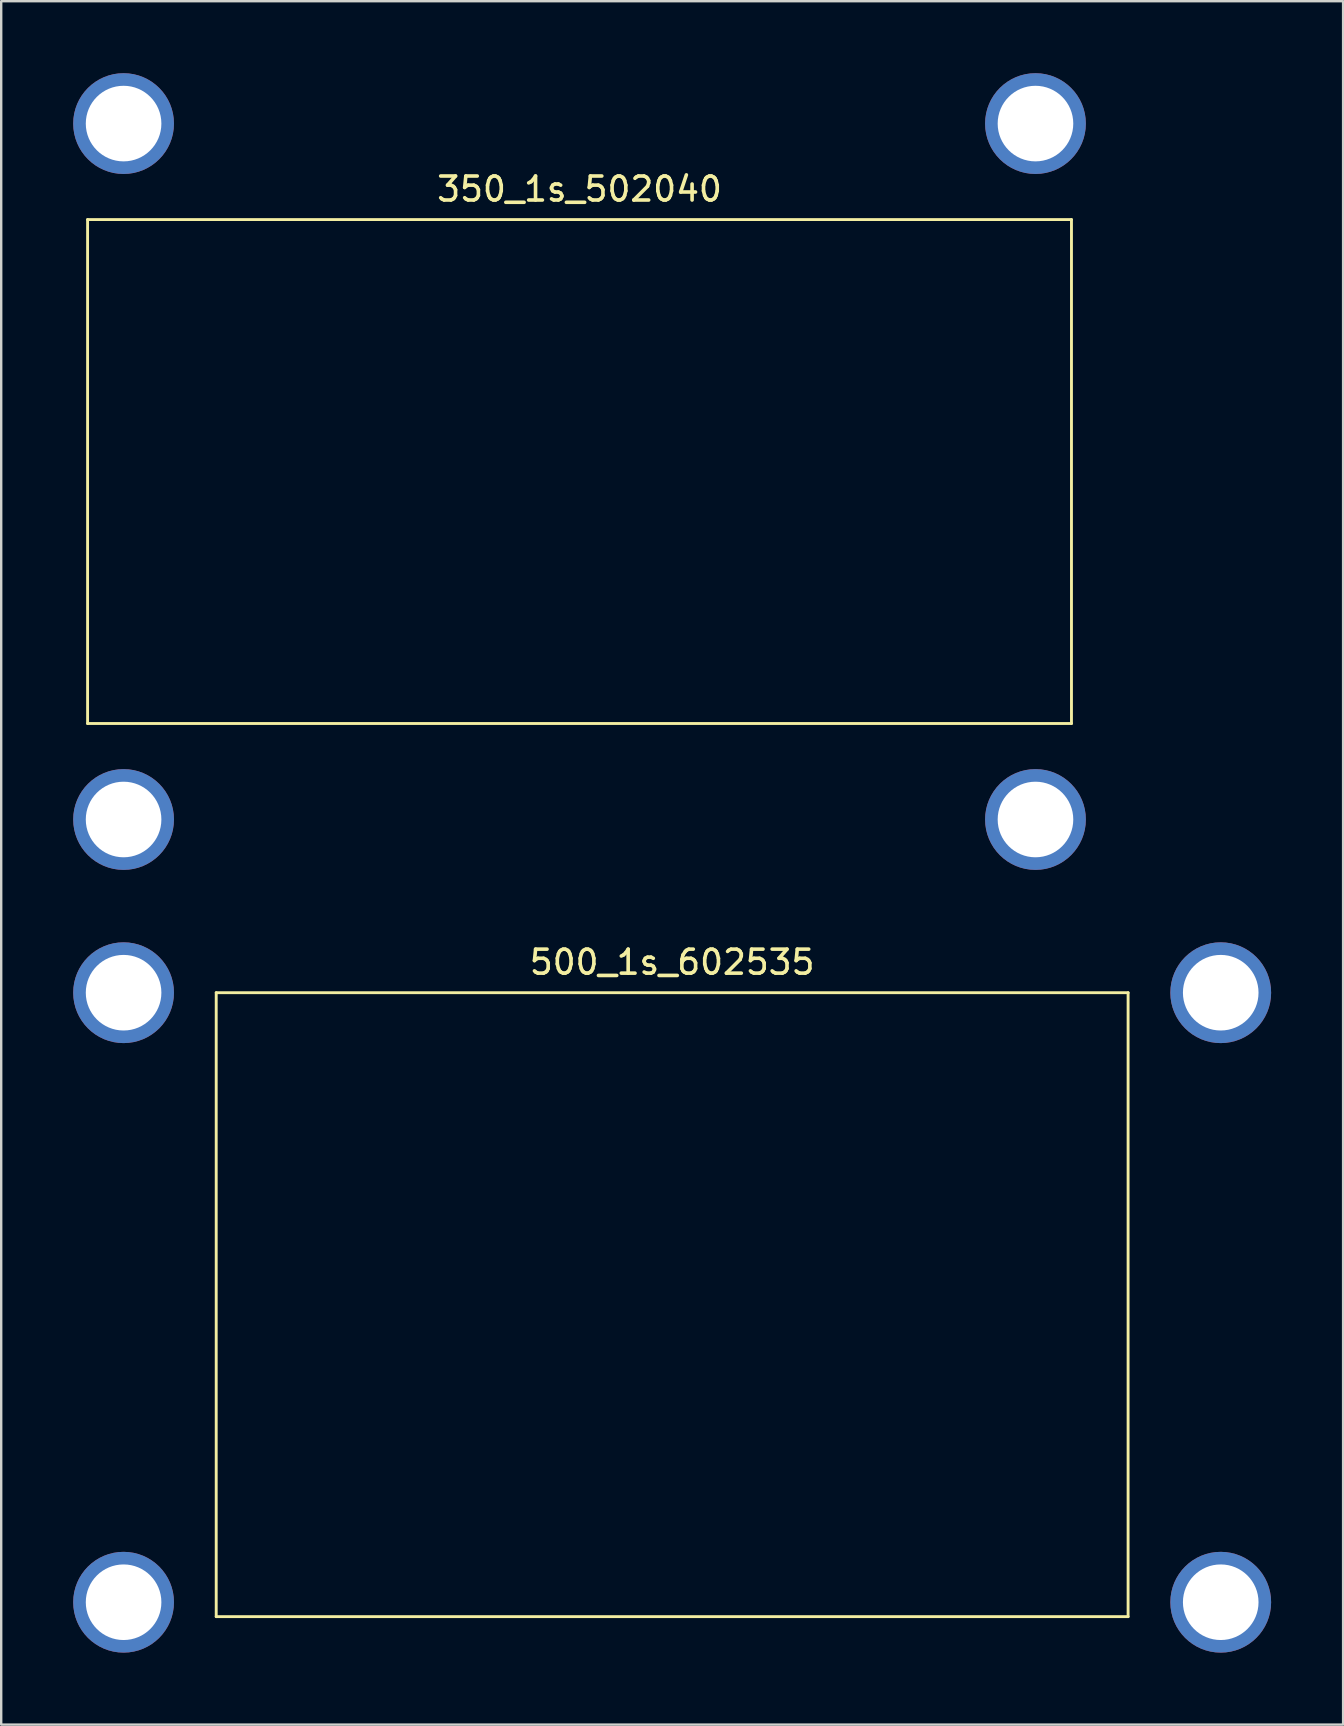
<source format=kicad_pcb>
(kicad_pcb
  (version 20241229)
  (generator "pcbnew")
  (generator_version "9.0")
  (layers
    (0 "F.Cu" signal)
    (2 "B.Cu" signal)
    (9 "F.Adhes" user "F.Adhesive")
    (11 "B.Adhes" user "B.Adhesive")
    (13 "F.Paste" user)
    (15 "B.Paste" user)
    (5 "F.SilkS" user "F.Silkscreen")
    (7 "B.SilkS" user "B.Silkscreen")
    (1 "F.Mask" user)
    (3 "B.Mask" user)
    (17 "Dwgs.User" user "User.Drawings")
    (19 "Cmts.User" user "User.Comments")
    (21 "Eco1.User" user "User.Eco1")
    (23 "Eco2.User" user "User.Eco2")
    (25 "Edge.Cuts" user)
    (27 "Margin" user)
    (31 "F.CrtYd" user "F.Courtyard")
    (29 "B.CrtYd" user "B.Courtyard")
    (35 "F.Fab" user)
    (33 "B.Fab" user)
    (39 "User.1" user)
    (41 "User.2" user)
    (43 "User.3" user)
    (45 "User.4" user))
  (footprint "500_1s_602535"
    (layer "F.Cu")
    (at 24.96 38.318)
    (property "Reference" "500_1s_602535" (at 0 -1.27 0) (layer "F.SilkS") (effects (font (size 1 1) (thickness 0.15))))
    (attr through_hole)
    (fp_line (start -19 0) (end -19 26) (stroke (width 0.12) (type solid)) (layer "F.SilkS"))
    (fp_line (start -19 0) (end 19 0) (stroke (width 0.12) (type solid)) (layer "F.SilkS"))
    (fp_line (start -19 26) (end 19 26) (stroke (width 0.12) (type solid)) (layer "F.SilkS"))
    (fp_line (start 19 0) (end 19 26) (stroke (width 0.12) (type solid)) (layer "F.SilkS"))
    (pad "" np_thru_hole circle (at -22.86 0) (size 4.2 4.2) (drill 3.15) (layers "*.Cu" "*.Mask"))
    (pad "" np_thru_hole circle (at -22.86 25.4) (size 4.2 4.2) (drill 3.15) (layers "*.Cu" "*.Mask"))
    (pad "" np_thru_hole circle (at 22.86 0) (size 4.2 4.2) (drill 3.15) (layers "*.Cu" "*.Mask"))
    (pad "" np_thru_hole circle (at 22.86 25.4) (size 4.2 4.2) (drill 3.15) (layers "*.Cu" "*.Mask")))
  (footprint "350_1s_502040"
    (layer "F.Cu")
    (at 21.1 6.1)
    (property "Reference" "350_1s_502040" (at 0 -1.27 0) (layer "F.SilkS") (effects (font (size 1 1) (thickness 0.15))))
    (attr through_hole)
    (fp_line (start -20.5 0) (end -20.5 21) (stroke (width 0.12) (type solid)) (layer "F.SilkS"))
    (fp_line (start -20.5 0) (end 20.5 0) (stroke (width 0.12) (type solid)) (layer "F.SilkS"))
    (fp_line (start -20.5 21) (end 20.5 21) (stroke (width 0.12) (type solid)) (layer "F.SilkS"))
    (fp_line (start 20.5 0) (end 20.5 21) (stroke (width 0.12) (type solid)) (layer "F.SilkS"))
    (pad "" np_thru_hole circle (at -19 -4) (size 4.2 4.2) (drill 3.15) (layers "*.Cu" "*.Mask"))
    (pad "" np_thru_hole circle (at -19 25) (size 4.2 4.2) (drill 3.15) (layers "*.Cu" "*.Mask"))
    (pad "" np_thru_hole circle (at 19 -4) (size 4.2 4.2) (drill 3.15) (layers "*.Cu" "*.Mask"))
    (pad "" np_thru_hole circle (at 19 25) (size 4.2 4.2) (drill 3.15) (layers "*.Cu" "*.Mask")))
  (gr_rect
    (start -3 -3)
    (end 52.92 68.818)
    (stroke (width 0.1) (type default))
    (fill no)
    (layer "Edge.Cuts")))
</source>
